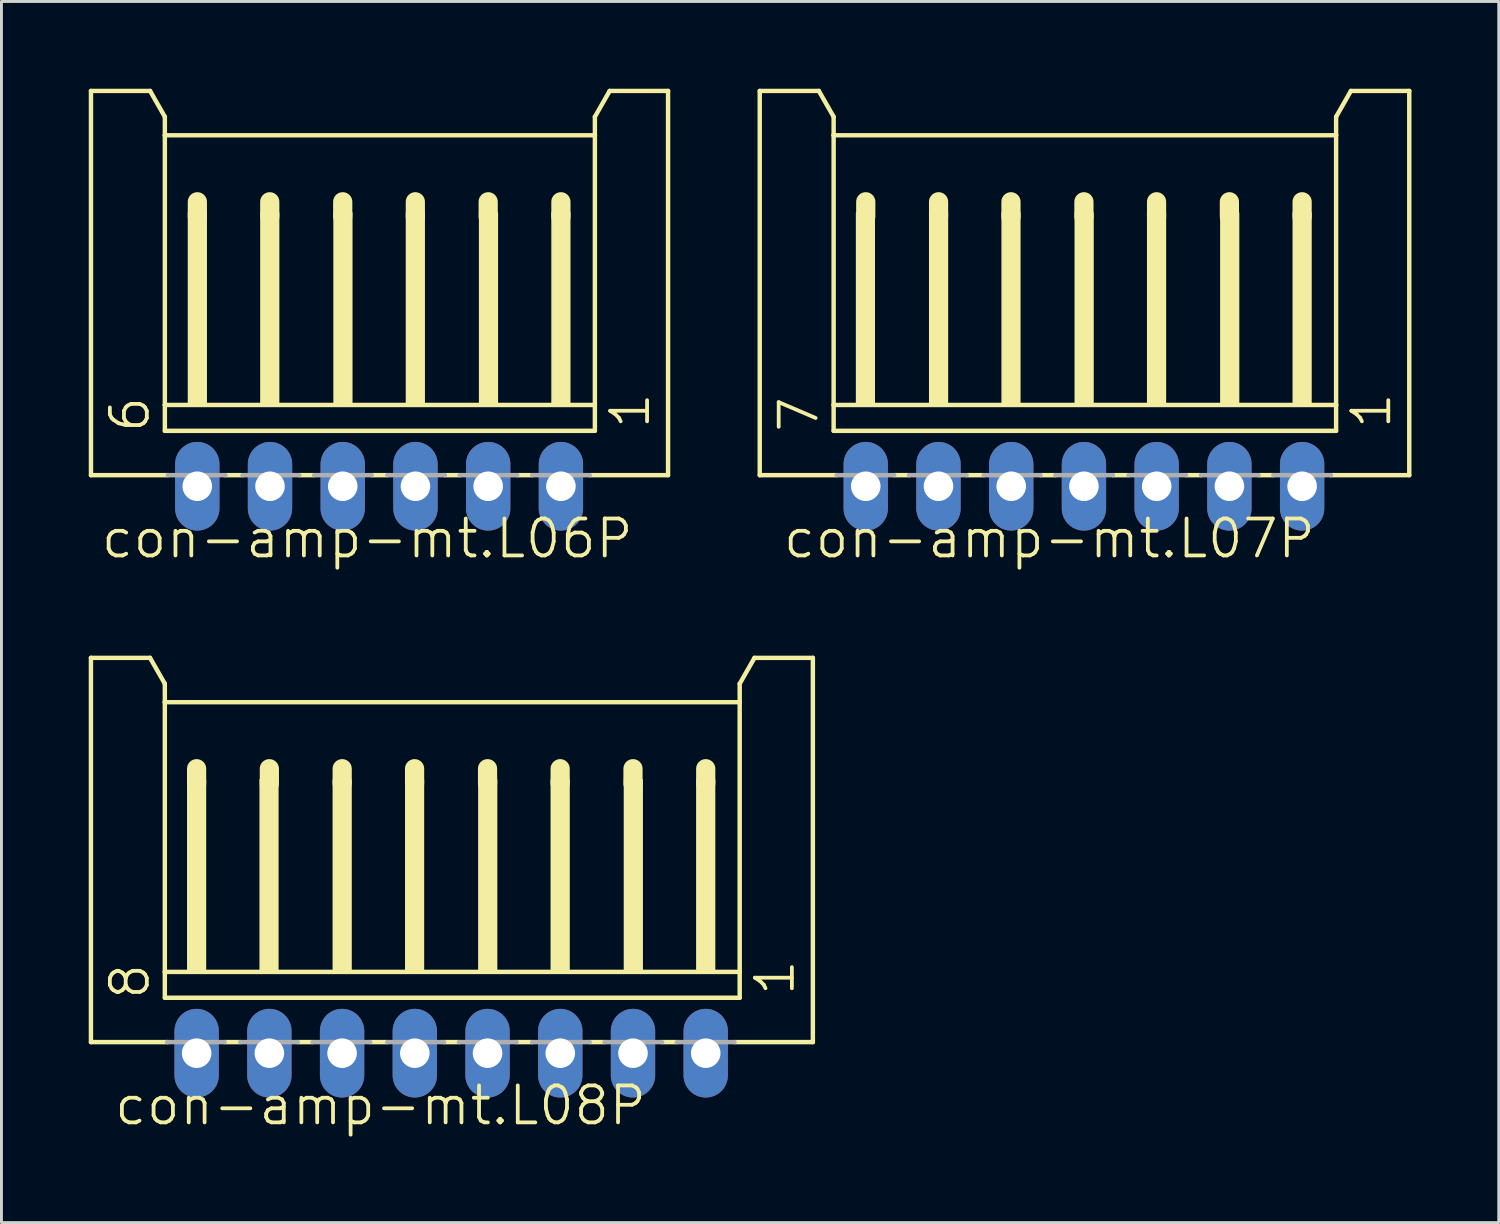
<source format=kicad_pcb>
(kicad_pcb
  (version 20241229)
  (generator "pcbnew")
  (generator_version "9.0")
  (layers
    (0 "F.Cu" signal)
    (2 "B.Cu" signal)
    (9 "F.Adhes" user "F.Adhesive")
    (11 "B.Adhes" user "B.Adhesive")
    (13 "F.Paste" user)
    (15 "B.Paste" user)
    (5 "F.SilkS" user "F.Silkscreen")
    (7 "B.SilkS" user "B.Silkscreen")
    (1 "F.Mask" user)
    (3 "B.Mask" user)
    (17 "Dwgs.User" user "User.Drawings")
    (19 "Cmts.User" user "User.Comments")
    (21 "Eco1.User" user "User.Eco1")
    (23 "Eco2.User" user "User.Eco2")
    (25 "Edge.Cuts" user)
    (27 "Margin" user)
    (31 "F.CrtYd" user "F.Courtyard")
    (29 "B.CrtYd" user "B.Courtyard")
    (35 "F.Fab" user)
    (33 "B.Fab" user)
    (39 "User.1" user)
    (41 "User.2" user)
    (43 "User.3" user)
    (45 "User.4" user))
  (footprint "con-amp-mt.L07P"
    (layer "F.Cu")
    (at 34.21 7.415)
    (property "Reference" "con-amp-mt.L07P" (at -10.407 8.79 0) (layer "F.SilkS") (effects (font (size 1.27 1.27) (thickness 0.13)) (justify left bottom)))
    (attr through_hole)
    (fp_line (start -11.144 -7.339) (end -9.112 -7.339) (stroke (width 0.152) (type default)) (layer "F.SilkS"))
    (fp_line (start -11.144 5.869) (end -11.144 -7.339) (stroke (width 0.152) (type default)) (layer "F.SilkS"))
    (fp_line (start -9.112 -7.339) (end -8.604 -6.45) (stroke (width 0.152) (type default)) (layer "F.SilkS"))
    (fp_line (start -8.604 -6.45) (end -8.604 -5.815) (stroke (width 0.152) (type default)) (layer "F.SilkS"))
    (fp_line (start -8.604 -5.815) (end -8.604 3.456) (stroke (width 0.152) (type default)) (layer "F.SilkS"))
    (fp_line (start -8.604 3.456) (end -8.604 4.345) (stroke (width 0.152) (type default)) (layer "F.SilkS"))
    (fp_line (start -8.502 5.869) (end -11.144 5.869) (stroke (width 0.152) (type default)) (layer "F.SilkS"))
    (fp_line (start -7.5 -3.529) (end -7.5 -3.021) (stroke (width 0.66) (type default)) (layer "F.SilkS"))
    (fp_line (start -6.013 5.869) (end -6.521 5.869) (stroke (width 0.152) (type default)) (layer "F.SilkS"))
    (fp_line (start -4.997 -3.529) (end -4.997 -3.021) (stroke (width 0.66) (type default)) (layer "F.SilkS"))
    (fp_line (start -3.447 5.869) (end -4.032 5.869) (stroke (width 0.152) (type default)) (layer "F.SilkS"))
    (fp_line (start -2.508 -3.529) (end -2.508 -3.021) (stroke (width 0.66) (type default)) (layer "F.SilkS"))
    (fp_line (start -0.984 5.869) (end -1.492 5.869) (stroke (width 0.152) (type default)) (layer "F.SilkS"))
    (fp_line (start 0 -3.529) (end 0 -3.021) (stroke (width 0.66) (type default)) (layer "F.SilkS"))
    (fp_line (start 1.531 5.869) (end 0.998 5.869) (stroke (width 0.152) (type default)) (layer "F.SilkS"))
    (fp_line (start 2.496 -3.529) (end 2.496 -3.021) (stroke (width 0.66) (type default)) (layer "F.SilkS"))
    (fp_line (start 4.02 5.869) (end 3.512 5.869) (stroke (width 0.152) (type default)) (layer "F.SilkS"))
    (fp_line (start 5 -3.529) (end 5 -3.021) (stroke (width 0.66) (type default)) (layer "F.SilkS"))
    (fp_line (start 6.509 5.869) (end 6.001 5.869) (stroke (width 0.152) (type default)) (layer "F.SilkS"))
    (fp_line (start 7.5 -3.529) (end 7.5 -3.021) (stroke (width 0.66) (type default)) (layer "F.SilkS"))
    (fp_line (start 8.668 -6.45) (end 8.668 -5.815) (stroke (width 0.152) (type default)) (layer "F.SilkS"))
    (fp_line (start 8.668 -6.45) (end 9.176 -7.339) (stroke (width 0.152) (type default)) (layer "F.SilkS"))
    (fp_line (start 8.668 -5.815) (end -8.604 -5.815) (stroke (width 0.152) (type default)) (layer "F.SilkS"))
    (fp_line (start 8.668 -5.815) (end 8.668 3.456) (stroke (width 0.152) (type default)) (layer "F.SilkS"))
    (fp_line (start 8.668 3.456) (end -8.604 3.456) (stroke (width 0.152) (type default)) (layer "F.SilkS"))
    (fp_line (start 8.668 3.456) (end 8.668 4.345) (stroke (width 0.152) (type default)) (layer "F.SilkS"))
    (fp_line (start 8.668 4.345) (end -8.604 4.345) (stroke (width 0.152) (type default)) (layer "F.SilkS"))
    (fp_line (start 11.183 -7.339) (end 9.176 -7.339) (stroke (width 0.152) (type default)) (layer "F.SilkS"))
    (fp_line (start 11.183 5.869) (end 8.491 5.869) (stroke (width 0.152) (type default)) (layer "F.SilkS"))
    (fp_line (start 11.183 5.869) (end 11.183 -7.339) (stroke (width 0.152) (type default)) (layer "F.SilkS"))
    (fp_rect (start -7.816 3.456) (end -7.207 -3.148) (stroke (width 0.05) (type default)) (fill yes) (layer "F.SilkS"))
    (fp_rect (start -5.302 3.456) (end -4.692 -3.148) (stroke (width 0.05) (type default)) (fill yes) (layer "F.SilkS"))
    (fp_rect (start -2.812 3.456) (end -2.203 -3.148) (stroke (width 0.05) (type default)) (fill yes) (layer "F.SilkS"))
    (fp_rect (start -0.298 3.456) (end 0.312 -3.148) (stroke (width 0.05) (type default)) (fill yes) (layer "F.SilkS"))
    (fp_rect (start 2.191 3.456) (end 2.801 -3.148) (stroke (width 0.05) (type default)) (fill yes) (layer "F.SilkS"))
    (fp_rect (start 4.706 3.456) (end 5.316 -3.148) (stroke (width 0.05) (type default)) (fill yes) (layer "F.SilkS"))
    (fp_rect (start 7.195 3.456) (end 7.805 -3.148) (stroke (width 0.05) (type default)) (fill yes) (layer "F.SilkS"))
    (fp_line (start -8.502 5.869) (end -6.521 5.869) (stroke (width 0.152) (type default)) (layer "F.Fab"))
    (fp_line (start -6.013 5.869) (end -4.032 5.869) (stroke (width 0.152) (type default)) (layer "F.Fab"))
    (fp_line (start -3.447 5.869) (end -1.492 5.869) (stroke (width 0.152) (type default)) (layer "F.Fab"))
    (fp_line (start -0.984 5.869) (end 0.998 5.869) (stroke (width 0.152) (type default)) (layer "F.Fab"))
    (fp_line (start 1.531 5.869) (end 3.512 5.869) (stroke (width 0.152) (type default)) (layer "F.Fab"))
    (fp_line (start 4.02 5.869) (end 6.001 5.869) (stroke (width 0.152) (type default)) (layer "F.Fab"))
    (fp_line (start 6.509 5.869) (end 8.491 5.869) (stroke (width 0.152) (type default)) (layer "F.Fab"))
    (fp_rect (start -7.816 6.504) (end -7.207 5.869) (stroke (width 0.05) (type default)) (fill no) (layer "F.Fab"))
    (fp_rect (start -5.302 6.504) (end -4.692 5.869) (stroke (width 0.05) (type default)) (fill no) (layer "F.Fab"))
    (fp_rect (start -2.812 6.504) (end -2.203 5.869) (stroke (width 0.05) (type default)) (fill no) (layer "F.Fab"))
    (fp_rect (start -0.298 6.504) (end 0.312 5.869) (stroke (width 0.05) (type default)) (fill no) (layer "F.Fab"))
    (fp_rect (start 2.191 6.504) (end 2.801 5.869) (stroke (width 0.05) (type default)) (fill no) (layer "F.Fab"))
    (fp_rect (start 4.706 6.504) (end 5.316 5.869) (stroke (width 0.05) (type default)) (fill no) (layer "F.Fab"))
    (fp_rect (start 7.195 6.504) (end 7.805 5.869) (stroke (width 0.05) (type default)) (fill no) (layer "F.Fab"))
    (fp_text user "7" (at -9.061 4.472 90) (layer "F.SilkS") (effects (font (size 1.27 1.27) (thickness 0.13)) (justify left bottom)))
    (fp_text user "1" (at 10.624 4.345 90) (layer "F.SilkS") (effects (font (size 1.27 1.27) (thickness 0.13)) (justify left bottom)))
    (pad "1" thru_hole oval (at 7.5 6.25 90) (size 3.048 1.524) (drill 1.016) (layers "*.Cu" "*.Mask"))
    (pad "2" thru_hole oval (at 5 6.25 90) (size 3.048 1.524) (drill 1.016) (layers "*.Cu" "*.Mask"))
    (pad "3" thru_hole oval (at 2.5 6.25 90) (size 3.048 1.524) (drill 1.016) (layers "*.Cu" "*.Mask"))
    (pad "4" thru_hole oval (at 0 6.25 90) (size 3.048 1.524) (drill 1.016) (layers "*.Cu" "*.Mask"))
    (pad "5" thru_hole oval (at -2.5 6.25 90) (size 3.048 1.524) (drill 1.016) (layers "*.Cu" "*.Mask"))
    (pad "6" thru_hole oval (at -5 6.25 90) (size 3.048 1.524) (drill 1.016) (layers "*.Cu" "*.Mask"))
    (pad "7" thru_hole oval (at -7.5 6.25 90) (size 3.048 1.524) (drill 1.016) (layers "*.Cu" "*.Mask")))
  (footprint "con-amp-mt.L08P"
    (layer "F.Cu")
    (at 12.459 26.903)
    (property "Reference" "con-amp-mt.L08P" (at -11.646 8.79 0) (layer "F.SilkS") (effects (font (size 1.27 1.27) (thickness 0.13)) (justify left bottom)))
    (attr through_hole)
    (fp_line (start -12.383 -7.339) (end -10.351 -7.339) (stroke (width 0.152) (type default)) (layer "F.SilkS"))
    (fp_line (start -12.383 5.869) (end -12.383 -7.339) (stroke (width 0.152) (type default)) (layer "F.SilkS"))
    (fp_line (start -10.351 -7.339) (end -9.843 -6.45) (stroke (width 0.152) (type default)) (layer "F.SilkS"))
    (fp_line (start -9.843 -6.45) (end -9.843 -5.815) (stroke (width 0.152) (type default)) (layer "F.SilkS"))
    (fp_line (start -9.843 -5.815) (end -9.843 3.456) (stroke (width 0.152) (type default)) (layer "F.SilkS"))
    (fp_line (start -9.843 3.456) (end -9.843 4.345) (stroke (width 0.152) (type default)) (layer "F.SilkS"))
    (fp_line (start -9.741 5.869) (end -12.383 5.869) (stroke (width 0.152) (type default)) (layer "F.SilkS"))
    (fp_line (start -8.751 -3.529) (end -8.751 -3.021) (stroke (width 0.66) (type default)) (layer "F.SilkS"))
    (fp_line (start -7.252 5.869) (end -7.785 5.869) (stroke (width 0.152) (type default)) (layer "F.SilkS"))
    (fp_line (start -6.25 -3.529) (end -6.25 -3.021) (stroke (width 0.66) (type default)) (layer "F.SilkS"))
    (fp_line (start -4.763 5.869) (end -5.271 5.869) (stroke (width 0.152) (type default)) (layer "F.SilkS"))
    (fp_line (start -3.747 -3.529) (end -3.747 -3.021) (stroke (width 0.66) (type default)) (layer "F.SilkS"))
    (fp_line (start -2.197 5.869) (end -2.782 5.869) (stroke (width 0.152) (type default)) (layer "F.SilkS"))
    (fp_line (start -1.258 -3.529) (end -1.258 -3.021) (stroke (width 0.66) (type default)) (layer "F.SilkS"))
    (fp_line (start 0.266 5.869) (end -0.242 5.869) (stroke (width 0.152) (type default)) (layer "F.SilkS"))
    (fp_line (start 1.25 -3.529) (end 1.25 -3.021) (stroke (width 0.66) (type default)) (layer "F.SilkS"))
    (fp_line (start 2.781 5.869) (end 2.248 5.869) (stroke (width 0.152) (type default)) (layer "F.SilkS"))
    (fp_line (start 3.746 -3.529) (end 3.746 -3.021) (stroke (width 0.66) (type default)) (layer "F.SilkS"))
    (fp_line (start 5.27 5.869) (end 4.762 5.869) (stroke (width 0.152) (type default)) (layer "F.SilkS"))
    (fp_line (start 6.25 -3.529) (end 6.25 -3.021) (stroke (width 0.66) (type default)) (layer "F.SilkS"))
    (fp_line (start 7.759 5.869) (end 7.251 5.869) (stroke (width 0.152) (type default)) (layer "F.SilkS"))
    (fp_line (start 8.75 -3.529) (end 8.75 -3.021) (stroke (width 0.66) (type default)) (layer "F.SilkS"))
    (fp_line (start 9.918 -6.45) (end 9.918 -5.815) (stroke (width 0.152) (type default)) (layer "F.SilkS"))
    (fp_line (start 9.918 -6.45) (end 10.426 -7.339) (stroke (width 0.152) (type default)) (layer "F.SilkS"))
    (fp_line (start 9.918 -5.815) (end -9.843 -5.815) (stroke (width 0.152) (type default)) (layer "F.SilkS"))
    (fp_line (start 9.918 -5.815) (end 9.918 3.456) (stroke (width 0.152) (type default)) (layer "F.SilkS"))
    (fp_line (start 9.918 3.456) (end -9.843 3.456) (stroke (width 0.152) (type default)) (layer "F.SilkS"))
    (fp_line (start 9.918 3.456) (end 9.918 4.345) (stroke (width 0.152) (type default)) (layer "F.SilkS"))
    (fp_line (start 9.918 4.345) (end -9.843 4.345) (stroke (width 0.152) (type default)) (layer "F.SilkS"))
    (fp_line (start 12.433 -7.339) (end 10.426 -7.339) (stroke (width 0.152) (type default)) (layer "F.SilkS"))
    (fp_line (start 12.433 5.869) (end 9.741 5.869) (stroke (width 0.152) (type default)) (layer "F.SilkS"))
    (fp_line (start 12.433 5.869) (end 12.433 -7.339) (stroke (width 0.152) (type default)) (layer "F.SilkS"))
    (fp_rect (start -9.055 3.456) (end -8.446 -3.148) (stroke (width 0.05) (type default)) (fill yes) (layer "F.SilkS"))
    (fp_rect (start -6.566 3.456) (end -5.957 -3.148) (stroke (width 0.05) (type default)) (fill yes) (layer "F.SilkS"))
    (fp_rect (start -4.052 3.456) (end -3.442 -3.148) (stroke (width 0.05) (type default)) (fill yes) (layer "F.SilkS"))
    (fp_rect (start -1.562 3.456) (end -0.953 -3.148) (stroke (width 0.05) (type default)) (fill yes) (layer "F.SilkS"))
    (fp_rect (start 0.952 3.456) (end 1.562 -3.148) (stroke (width 0.05) (type default)) (fill yes) (layer "F.SilkS"))
    (fp_rect (start 3.441 3.456) (end 4.051 -3.148) (stroke (width 0.05) (type default)) (fill yes) (layer "F.SilkS"))
    (fp_rect (start 5.956 3.456) (end 6.566 -3.148) (stroke (width 0.05) (type default)) (fill yes) (layer "F.SilkS"))
    (fp_rect (start 8.445 3.456) (end 9.055 -3.148) (stroke (width 0.05) (type default)) (fill yes) (layer "F.SilkS"))
    (fp_line (start -9.767 5.869) (end -7.785 5.869) (stroke (width 0.152) (type default)) (layer "F.Fab"))
    (fp_line (start -7.252 5.869) (end -5.271 5.869) (stroke (width 0.152) (type default)) (layer "F.Fab"))
    (fp_line (start -4.763 5.869) (end -2.782 5.869) (stroke (width 0.152) (type default)) (layer "F.Fab"))
    (fp_line (start -2.197 5.869) (end -0.242 5.869) (stroke (width 0.152) (type default)) (layer "F.Fab"))
    (fp_line (start 0.266 5.869) (end 2.248 5.869) (stroke (width 0.152) (type default)) (layer "F.Fab"))
    (fp_line (start 2.781 5.869) (end 4.762 5.869) (stroke (width 0.152) (type default)) (layer "F.Fab"))
    (fp_line (start 5.27 5.869) (end 7.251 5.869) (stroke (width 0.152) (type default)) (layer "F.Fab"))
    (fp_line (start 7.759 5.869) (end 9.741 5.869) (stroke (width 0.152) (type default)) (layer "F.Fab"))
    (fp_rect (start -9.055 6.504) (end -8.446 5.869) (stroke (width 0.05) (type default)) (fill no) (layer "F.Fab"))
    (fp_rect (start -6.566 6.504) (end -5.957 5.869) (stroke (width 0.05) (type default)) (fill no) (layer "F.Fab"))
    (fp_rect (start -4.052 6.504) (end -3.442 5.869) (stroke (width 0.05) (type default)) (fill no) (layer "F.Fab"))
    (fp_rect (start -1.562 6.504) (end -0.953 5.869) (stroke (width 0.05) (type default)) (fill no) (layer "F.Fab"))
    (fp_rect (start 0.952 6.504) (end 1.562 5.869) (stroke (width 0.05) (type default)) (fill no) (layer "F.Fab"))
    (fp_rect (start 3.441 6.504) (end 4.051 5.869) (stroke (width 0.05) (type default)) (fill no) (layer "F.Fab"))
    (fp_rect (start 5.956 6.504) (end 6.566 5.869) (stroke (width 0.05) (type default)) (fill no) (layer "F.Fab"))
    (fp_rect (start 8.445 6.504) (end 9.055 5.869) (stroke (width 0.05) (type default)) (fill no) (layer "F.Fab"))
    (fp_text user "1" (at 11.874 4.345 90) (layer "F.SilkS") (effects (font (size 1.27 1.27) (thickness 0.13)) (justify left bottom)))
    (fp_text user "8" (at -10.3 4.472 90) (layer "F.SilkS") (effects (font (size 1.27 1.27) (thickness 0.13)) (justify left bottom)))
    (pad "1" thru_hole oval (at 8.75 6.25 90) (size 3.048 1.524) (drill 1.016) (layers "*.Cu" "*.Mask"))
    (pad "2" thru_hole oval (at 6.25 6.25 90) (size 3.048 1.524) (drill 1.016) (layers "*.Cu" "*.Mask"))
    (pad "3" thru_hole oval (at 3.75 6.25 90) (size 3.048 1.524) (drill 1.016) (layers "*.Cu" "*.Mask"))
    (pad "4" thru_hole oval (at 1.25 6.25 90) (size 3.048 1.524) (drill 1.016) (layers "*.Cu" "*.Mask"))
    (pad "5" thru_hole oval (at -1.25 6.25 90) (size 3.048 1.524) (drill 1.016) (layers "*.Cu" "*.Mask"))
    (pad "6" thru_hole oval (at -3.75 6.25 90) (size 3.048 1.524) (drill 1.016) (layers "*.Cu" "*.Mask"))
    (pad "7" thru_hole oval (at -6.25 6.25 90) (size 3.048 1.524) (drill 1.016) (layers "*.Cu" "*.Mask"))
    (pad "8" thru_hole oval (at -8.75 6.25 90) (size 3.048 1.524) (drill 1.016) (layers "*.Cu" "*.Mask")))
  (footprint "con-amp-mt.L06P"
    (layer "F.Cu")
    (at 9.981 7.415)
    (property "Reference" "con-amp-mt.L06P" (at -9.625 8.79 0) (layer "F.SilkS") (effects (font (size 1.27 1.27) (thickness 0.13)) (justify left bottom)))
    (attr through_hole)
    (fp_line (start -9.904 -7.339) (end -7.872 -7.339) (stroke (width 0.152) (type default)) (layer "F.SilkS"))
    (fp_line (start -9.904 5.869) (end -9.904 -7.339) (stroke (width 0.152) (type default)) (layer "F.SilkS"))
    (fp_line (start -7.872 -7.339) (end -7.364 -6.45) (stroke (width 0.152) (type default)) (layer "F.SilkS"))
    (fp_line (start -7.364 3.456) (end -7.364 4.345) (stroke (width 0.152) (type default)) (layer "F.SilkS"))
    (fp_line (start -7.364 -6.45) (end -7.364 -5.815) (stroke (width 0.152) (type default)) (layer "F.SilkS"))
    (fp_line (start -7.364 -5.815) (end -7.364 3.456) (stroke (width 0.152) (type default)) (layer "F.SilkS"))
    (fp_line (start -7.263 5.869) (end -9.904 5.869) (stroke (width 0.152) (type default)) (layer "F.SilkS"))
    (fp_line (start -6.247 -3.529) (end -6.247 -3.021) (stroke (width 0.66) (type default)) (layer "F.SilkS"))
    (fp_line (start -4.697 5.869) (end -5.282 5.869) (stroke (width 0.152) (type default)) (layer "F.SilkS"))
    (fp_line (start -3.758 -3.529) (end -3.758 -3.021) (stroke (width 0.66) (type default)) (layer "F.SilkS"))
    (fp_line (start -2.234 5.869) (end -2.742 5.869) (stroke (width 0.152) (type default)) (layer "F.SilkS"))
    (fp_line (start -1.25 -3.529) (end -1.25 -3.021) (stroke (width 0.66) (type default)) (layer "F.SilkS"))
    (fp_line (start 0.281 5.869) (end -0.252 5.869) (stroke (width 0.152) (type default)) (layer "F.SilkS"))
    (fp_line (start 1.246 -3.529) (end 1.246 -3.021) (stroke (width 0.66) (type default)) (layer "F.SilkS"))
    (fp_line (start 2.77 5.869) (end 2.262 5.869) (stroke (width 0.152) (type default)) (layer "F.SilkS"))
    (fp_line (start 3.75 -3.529) (end 3.75 -3.021) (stroke (width 0.66) (type default)) (layer "F.SilkS"))
    (fp_line (start 5.259 5.869) (end 4.751 5.869) (stroke (width 0.152) (type default)) (layer "F.SilkS"))
    (fp_line (start 6.25 -3.529) (end 6.25 -3.021) (stroke (width 0.66) (type default)) (layer "F.SilkS"))
    (fp_line (start 7.418 -6.45) (end 7.418 -5.815) (stroke (width 0.152) (type default)) (layer "F.SilkS"))
    (fp_line (start 7.418 -6.45) (end 7.926 -7.339) (stroke (width 0.152) (type default)) (layer "F.SilkS"))
    (fp_line (start 7.418 -5.815) (end -7.364 -5.815) (stroke (width 0.152) (type default)) (layer "F.SilkS"))
    (fp_line (start 7.418 -5.815) (end 7.418 3.456) (stroke (width 0.152) (type default)) (layer "F.SilkS"))
    (fp_line (start 7.418 3.456) (end -7.364 3.456) (stroke (width 0.152) (type default)) (layer "F.SilkS"))
    (fp_line (start 7.418 3.456) (end 7.418 4.345) (stroke (width 0.152) (type default)) (layer "F.SilkS"))
    (fp_line (start 7.418 4.345) (end -7.364 4.345) (stroke (width 0.152) (type default)) (layer "F.SilkS"))
    (fp_line (start 9.933 -7.339) (end 7.926 -7.339) (stroke (width 0.152) (type default)) (layer "F.SilkS"))
    (fp_line (start 9.933 5.869) (end 7.241 5.869) (stroke (width 0.152) (type default)) (layer "F.SilkS"))
    (fp_line (start 9.933 5.869) (end 9.933 -7.339) (stroke (width 0.152) (type default)) (layer "F.SilkS"))
    (fp_rect (start -6.552 3.456) (end -5.942 -3.148) (stroke (width 0.05) (type default)) (fill yes) (layer "F.SilkS"))
    (fp_rect (start -4.062 3.456) (end -3.453 -3.148) (stroke (width 0.05) (type default)) (fill yes) (layer "F.SilkS"))
    (fp_rect (start -1.548 3.456) (end -0.938 -3.148) (stroke (width 0.05) (type default)) (fill yes) (layer "F.SilkS"))
    (fp_rect (start 0.941 3.456) (end 1.551 -3.148) (stroke (width 0.05) (type default)) (fill yes) (layer "F.SilkS"))
    (fp_rect (start 3.456 3.456) (end 4.066 -3.148) (stroke (width 0.05) (type default)) (fill yes) (layer "F.SilkS"))
    (fp_rect (start 5.945 3.456) (end 6.555 -3.148) (stroke (width 0.05) (type default)) (fill yes) (layer "F.SilkS"))
    (fp_line (start -7.263 5.869) (end -5.282 5.869) (stroke (width 0.152) (type default)) (layer "F.Fab"))
    (fp_line (start -4.697 5.869) (end -2.742 5.869) (stroke (width 0.152) (type default)) (layer "F.Fab"))
    (fp_line (start -2.234 5.869) (end -0.252 5.869) (stroke (width 0.152) (type default)) (layer "F.Fab"))
    (fp_line (start 0.281 5.869) (end 2.262 5.869) (stroke (width 0.152) (type default)) (layer "F.Fab"))
    (fp_line (start 2.77 5.869) (end 4.751 5.869) (stroke (width 0.152) (type default)) (layer "F.Fab"))
    (fp_line (start 5.259 5.869) (end 7.241 5.869) (stroke (width 0.152) (type default)) (layer "F.Fab"))
    (fp_rect (start -6.552 6.504) (end -5.942 5.869) (stroke (width 0.05) (type default)) (fill no) (layer "F.Fab"))
    (fp_rect (start -4.062 6.504) (end -3.453 5.869) (stroke (width 0.05) (type default)) (fill no) (layer "F.Fab"))
    (fp_rect (start -1.548 6.504) (end -0.938 5.869) (stroke (width 0.05) (type default)) (fill no) (layer "F.Fab"))
    (fp_rect (start 0.941 6.504) (end 1.551 5.869) (stroke (width 0.05) (type default)) (fill no) (layer "F.Fab"))
    (fp_rect (start 3.456 6.504) (end 4.066 5.869) (stroke (width 0.05) (type default)) (fill no) (layer "F.Fab"))
    (fp_rect (start 5.945 6.504) (end 6.555 5.869) (stroke (width 0.05) (type default)) (fill no) (layer "F.Fab"))
    (fp_text user "6" (at -7.822 4.472 90) (layer "F.SilkS") (effects (font (size 1.27 1.27) (thickness 0.13)) (justify left bottom)))
    (fp_text user "1" (at 9.374 4.345 90) (layer "F.SilkS") (effects (font (size 1.27 1.27) (thickness 0.13)) (justify left bottom)))
    (pad "1" thru_hole oval (at 6.25 6.25 90) (size 3.048 1.524) (drill 1.016) (layers "*.Cu" "*.Mask"))
    (pad "2" thru_hole oval (at 3.75 6.25 90) (size 3.048 1.524) (drill 1.016) (layers "*.Cu" "*.Mask"))
    (pad "3" thru_hole oval (at 1.25 6.25 90) (size 3.048 1.524) (drill 1.016) (layers "*.Cu" "*.Mask"))
    (pad "4" thru_hole oval (at -1.25 6.25 90) (size 3.048 1.524) (drill 1.016) (layers "*.Cu" "*.Mask"))
    (pad "5" thru_hole oval (at -3.75 6.25 90) (size 3.048 1.524) (drill 1.016) (layers "*.Cu" "*.Mask"))
    (pad "6" thru_hole oval (at -6.25 6.25 90) (size 3.048 1.524) (drill 1.016) (layers "*.Cu" "*.Mask")))
  (gr_rect
    (start -3 -3)
    (end 48.469 38.975)
    (stroke (width 0.1) (type default))
    (fill no)
    (layer "Edge.Cuts")))
</source>
